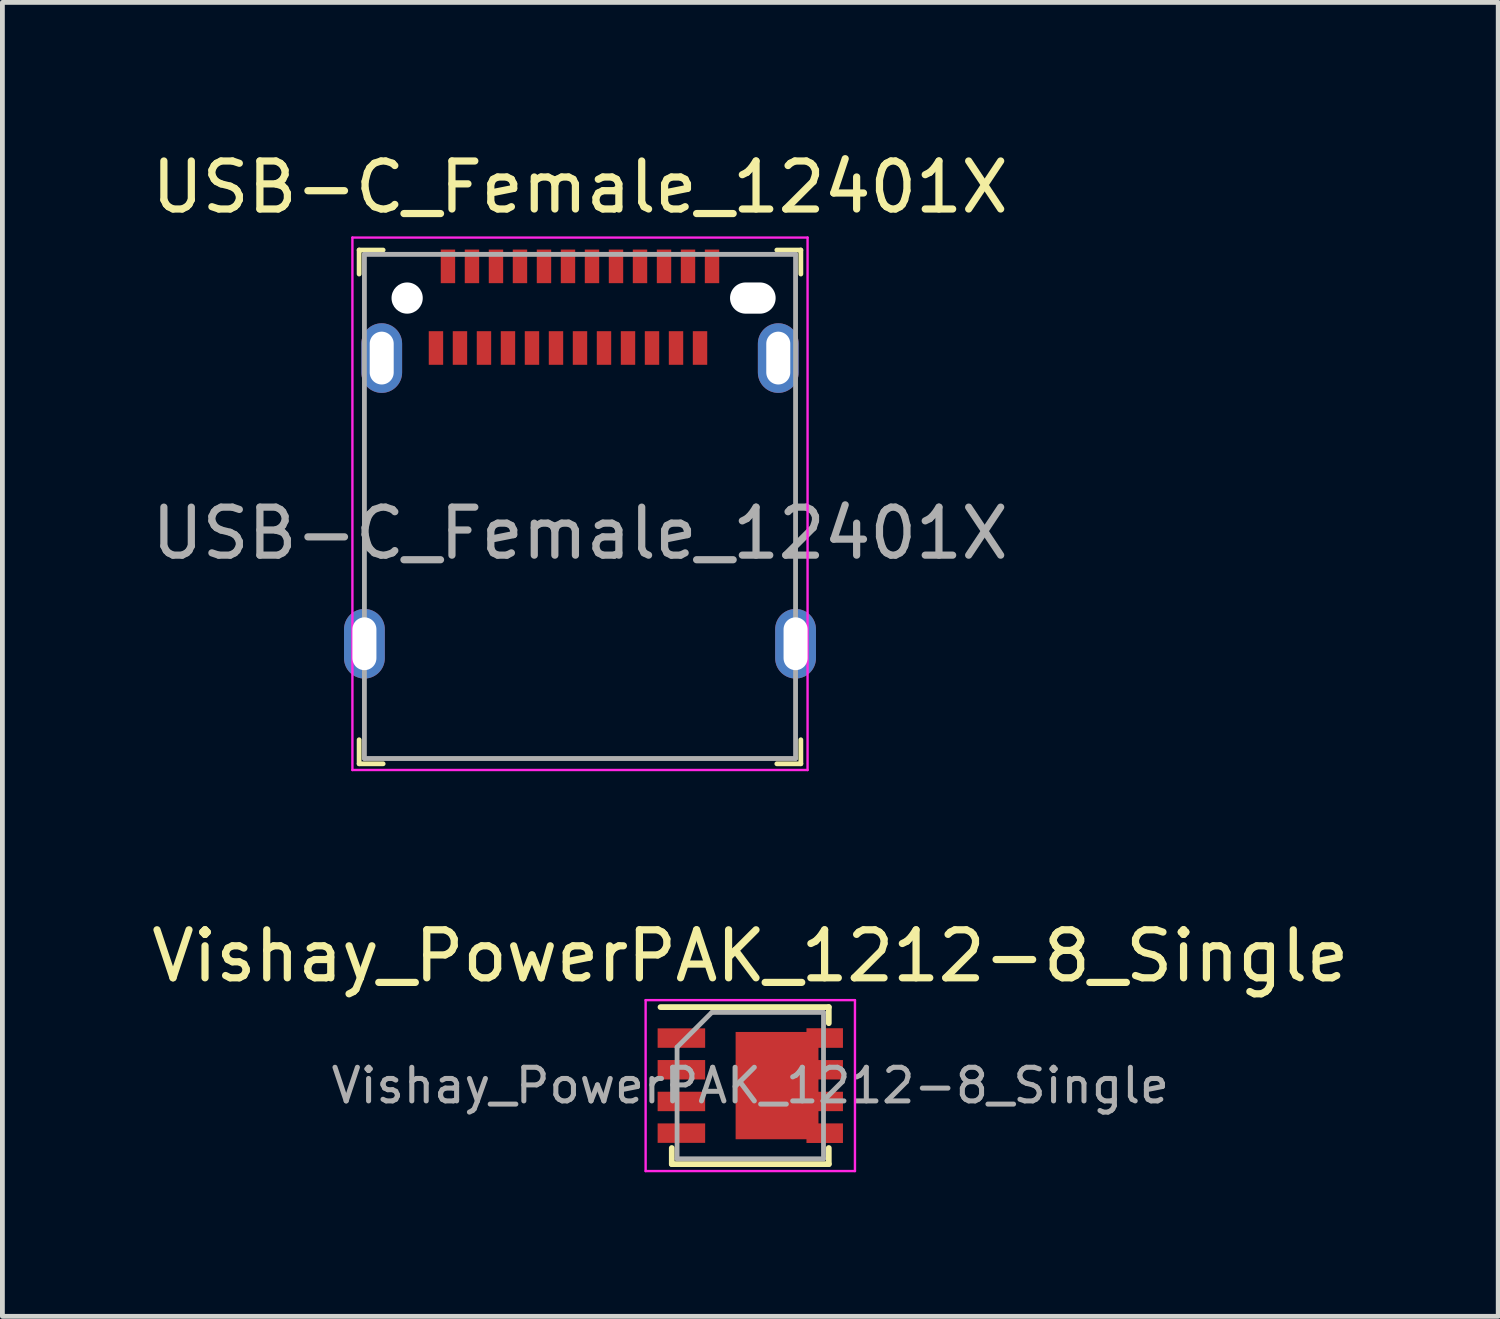
<source format=kicad_pcb>
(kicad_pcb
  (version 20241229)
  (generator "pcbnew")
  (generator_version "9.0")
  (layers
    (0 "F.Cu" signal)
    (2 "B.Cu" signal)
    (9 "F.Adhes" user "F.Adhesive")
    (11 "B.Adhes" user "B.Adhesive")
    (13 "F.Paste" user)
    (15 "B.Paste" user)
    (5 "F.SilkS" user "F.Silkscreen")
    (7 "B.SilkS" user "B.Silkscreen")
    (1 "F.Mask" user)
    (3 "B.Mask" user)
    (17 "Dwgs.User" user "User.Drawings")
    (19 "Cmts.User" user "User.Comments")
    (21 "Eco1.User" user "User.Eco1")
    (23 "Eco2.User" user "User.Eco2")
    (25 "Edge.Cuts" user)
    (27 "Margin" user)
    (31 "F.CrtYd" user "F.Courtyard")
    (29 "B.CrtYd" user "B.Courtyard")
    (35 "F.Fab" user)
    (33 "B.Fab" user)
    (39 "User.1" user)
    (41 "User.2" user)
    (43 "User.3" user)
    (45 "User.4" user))
  (footprint "Vishay_PowerPAK_1212-8_Single"
    (layer "F.Cu")
    (at 12.577 19.561)
    (property "Reference" "Vishay_PowerPAK_1212-8_Single" (at 0 -2.7 0) (layer "F.SilkS") (effects (font (size 1 1) (thickness 0.15))))
    (attr smd)
    (fp_line (start -1.87 -1.635) (end 1.635 -1.635) (stroke (width 0.12) (type solid)) (layer "F.SilkS"))
    (fp_line (start -1.635 1.3) (end -1.635 1.635) (stroke (width 0.12) (type solid)) (layer "F.SilkS"))
    (fp_line (start -1.635 1.635) (end 1.635 1.635) (stroke (width 0.12) (type solid)) (layer "F.SilkS"))
    (fp_line (start 1.635 -1.635) (end 1.635 -1.3) (stroke (width 0.12) (type solid)) (layer "F.SilkS"))
    (fp_line (start 1.635 1.3) (end 1.635 1.635) (stroke (width 0.12) (type solid)) (layer "F.SilkS"))
    (fp_line (start -2.18 -1.78) (end -2.18 1.78) (stroke (width 0.05) (type solid)) (layer "F.CrtYd"))
    (fp_line (start -2.18 -1.78) (end 2.18 -1.78) (stroke (width 0.05) (type solid)) (layer "F.CrtYd"))
    (fp_line (start -2.18 1.78) (end 2.18 1.78) (stroke (width 0.05) (type solid)) (layer "F.CrtYd"))
    (fp_line (start 2.18 -1.78) (end 2.18 1.78) (stroke (width 0.05) (type solid)) (layer "F.CrtYd"))
    (fp_line (start -1.525 -0.8) (end -1.525 1.525) (stroke (width 0.1) (type solid)) (layer "F.Fab"))
    (fp_line (start -1.525 -0.8) (end -0.8 -1.525) (stroke (width 0.1) (type solid)) (layer "F.Fab"))
    (fp_line (start -1.525 1.525) (end 1.525 1.525) (stroke (width 0.1) (type solid)) (layer "F.Fab"))
    (fp_line (start -0.8 -1.525) (end 1.525 -1.525) (stroke (width 0.1) (type solid)) (layer "F.Fab"))
    (fp_line (start 1.525 -1.525) (end 1.525 1.525) (stroke (width 0.1) (type solid)) (layer "F.Fab"))
    (fp_text user "${REFERENCE}" (at 0 0 0) (layer "F.Fab") (effects (font (size 0.7 0.7) (thickness 0.105))))
    (pad "1" smd rect (at -1.435 -0.99) (size 0.99 0.405) (layers "F.Cu" "F.Mask" "F.Paste"))
    (pad "2" smd rect (at -1.435 -0.33) (size 0.99 0.405) (layers "F.Cu" "F.Mask" "F.Paste"))
    (pad "3" smd rect (at -1.435 0.33) (size 0.99 0.405) (layers "F.Cu" "F.Mask" "F.Paste"))
    (pad "4" smd rect (at -1.435 0.99) (size 0.99 0.405) (layers "F.Cu" "F.Mask" "F.Paste"))
    (pad "5" smd custom (at 0.557 0) (size 1.725 2.235) (layers "F.Cu" "F.Mask" "F.Paste") (options (anchor rect)) (primitives (gr_poly (pts (xy 0.863 0.128) (xy 0.863 -0.128) (xy 1.373 -0.128) (xy 1.373 -0.532) (xy 0.863 -0.532) (xy 0.863 -0.787) (xy 1.373 -0.787) (xy 1.373 -1.195) (xy 0.613 -1.195) (xy 0.613 1.195) (xy 1.373 1.195) (xy 1.373 0.787) (xy 0.863 0.787) (xy 0.863 0.532) (xy 1.373 0.532) (xy 1.373 0.128)) (width 0) (fill yes)))))
  (footprint "USB-C_Female_12401X"
    (layer "F.Cu")
    (at 9.03 3.158)
    (property "Reference" "USB-C_Female_12401X" (at 0 -2.31 0) (layer "F.SilkS") (effects (font (size 1 1) (thickness 0.15))))
    (attr smd)
    (fp_line (start -4.6 -1) (end -4.6 -0.5) (stroke (width 0.1) (type solid)) (layer "F.SilkS"))
    (fp_line (start -4.6 -1) (end -4.1 -1) (stroke (width 0.1) (type solid)) (layer "F.SilkS"))
    (fp_line (start -4.6 9.7) (end -4.6 9.2) (stroke (width 0.1) (type solid)) (layer "F.SilkS"))
    (fp_line (start -4.6 9.7) (end -4.1 9.7) (stroke (width 0.1) (type solid)) (layer "F.SilkS"))
    (fp_line (start 4.6 -1) (end 4.1 -1) (stroke (width 0.1) (type solid)) (layer "F.SilkS"))
    (fp_line (start 4.6 -1) (end 4.6 -0.5) (stroke (width 0.1) (type solid)) (layer "F.SilkS"))
    (fp_line (start 4.6 9.7) (end 4.1 9.7) (stroke (width 0.1) (type solid)) (layer "F.SilkS"))
    (fp_line (start 4.6 9.7) (end 4.6 9.2) (stroke (width 0.1) (type solid)) (layer "F.SilkS"))
    (fp_line (start -4.74 -1.26) (end -4.74 9.83) (stroke (width 0.05) (type solid)) (layer "F.CrtYd"))
    (fp_line (start -4.74 -1.26) (end 4.74 -1.26) (stroke (width 0.05) (type solid)) (layer "F.CrtYd"))
    (fp_line (start -4.74 9.83) (end 4.74 9.83) (stroke (width 0.05) (type solid)) (layer "F.CrtYd"))
    (fp_line (start 4.74 -1.26) (end 4.74 9.83) (stroke (width 0.05) (type solid)) (layer "F.CrtYd"))
    (fp_line (start -4.49 -0.91) (end -4.49 9.59) (stroke (width 0.1) (type solid)) (layer "F.Fab"))
    (fp_line (start -4.49 -0.91) (end 4.49 -0.91) (stroke (width 0.1) (type solid)) (layer "F.Fab"))
    (fp_line (start -4.49 9.59) (end 4.49 9.59) (stroke (width 0.1) (type solid)) (layer "F.Fab"))
    (fp_line (start 4.49 -0.91) (end 4.49 9.59) (stroke (width 0.1) (type solid)) (layer "F.Fab"))
    (fp_text user "${REFERENCE}" (at 0 4.9 0) (layer "F.Fab") (effects (font (size 1 1) (thickness 0.15))))
    (pad "" np_thru_hole circle (at -3.6 0) (size 0.65 0.65) (drill 0.65) (layers "*.Cu" "*.Mask"))
    (pad "" np_thru_hole oval (at 3.6 0) (size 0.95 0.65) (drill oval 0.95 0.65) (layers "*.Cu" "*.Mask"))
    (pad "A1" smd rect (at -2.75 -0.66) (size 0.3 0.7) (layers "F.Cu" "F.Mask" "F.Paste"))
    (pad "A2" smd rect (at -2.25 -0.66) (size 0.3 0.7) (layers "F.Cu" "F.Mask" "F.Paste"))
    (pad "A3" smd rect (at -1.75 -0.66) (size 0.3 0.7) (layers "F.Cu" "F.Mask" "F.Paste"))
    (pad "A4" smd rect (at -1.25 -0.66) (size 0.3 0.7) (layers "F.Cu" "F.Mask" "F.Paste"))
    (pad "A5" smd rect (at -0.75 -0.66) (size 0.3 0.7) (layers "F.Cu" "F.Mask" "F.Paste"))
    (pad "A6" smd rect (at -0.25 -0.66) (size 0.3 0.7) (layers "F.Cu" "F.Mask" "F.Paste"))
    (pad "A7" smd rect (at 0.25 -0.66) (size 0.3 0.7) (layers "F.Cu" "F.Mask" "F.Paste"))
    (pad "A8" smd rect (at 0.75 -0.66) (size 0.3 0.7) (layers "F.Cu" "F.Mask" "F.Paste"))
    (pad "A9" smd rect (at 1.25 -0.66) (size 0.3 0.7) (layers "F.Cu" "F.Mask" "F.Paste"))
    (pad "A10" smd rect (at 1.75 -0.66) (size 0.3 0.7) (layers "F.Cu" "F.Mask" "F.Paste"))
    (pad "A11" smd rect (at 2.25 -0.66) (size 0.3 0.7) (layers "F.Cu" "F.Mask" "F.Paste"))
    (pad "A12" smd rect (at 2.75 -0.66) (size 0.3 0.7) (layers "F.Cu" "F.Mask" "F.Paste"))
    (pad "B1" smd rect (at 2.5 1.04) (size 0.3 0.7) (layers "F.Cu" "F.Mask" "F.Paste"))
    (pad "B2" smd rect (at 2 1.04) (size 0.3 0.7) (layers "F.Cu" "F.Mask" "F.Paste"))
    (pad "B3" smd rect (at 1.5 1.04) (size 0.3 0.7) (layers "F.Cu" "F.Mask" "F.Paste"))
    (pad "B4" smd rect (at 1 1.04) (size 0.3 0.7) (layers "F.Cu" "F.Mask" "F.Paste"))
    (pad "B5" smd rect (at 0.5 1.04) (size 0.3 0.7) (layers "F.Cu" "F.Mask" "F.Paste"))
    (pad "B6" smd rect (at 0 1.04) (size 0.3 0.7) (layers "F.Cu" "F.Mask" "F.Paste"))
    (pad "B7" smd rect (at -0.5 1.04) (size 0.3 0.7) (layers "F.Cu" "F.Mask" "F.Paste"))
    (pad "B8" smd rect (at -1 1.04) (size 0.3 0.7) (layers "F.Cu" "F.Mask" "F.Paste"))
    (pad "B9" smd rect (at -1.5 1.04) (size 0.3 0.7) (layers "F.Cu" "F.Mask" "F.Paste"))
    (pad "B10" smd rect (at -2 1.04) (size 0.3 0.7) (layers "F.Cu" "F.Mask" "F.Paste"))
    (pad "B11" smd rect (at -2.5 1.04) (size 0.3 0.7) (layers "F.Cu" "F.Mask" "F.Paste"))
    (pad "B12" smd rect (at -3 1.04) (size 0.3 0.7) (layers "F.Cu" "F.Mask" "F.Paste"))
    (pad "SH" thru_hole oval (at -4.49 7.2) (size 0.85 1.45) (drill oval 0.5 1.1) (layers "*.Cu" "*.Mask"))
    (pad "SH" thru_hole oval (at -4.13 1.25) (size 0.85 1.45) (drill oval 0.5 1.1) (layers "*.Cu" "*.Mask"))
    (pad "SH" thru_hole oval (at 4.13 1.25) (size 0.85 1.45) (drill oval 0.5 1.1) (layers "*.Cu" "*.Mask"))
    (pad "SH" thru_hole oval (at 4.49 7.2) (size 0.85 1.45) (drill oval 0.5 1.1) (layers "*.Cu" "*.Mask")))
  (gr_rect
    (start -3 -3)
    (end 28.155 24.366)
    (stroke (width 0.1) (type default))
    (fill no)
    (layer "Edge.Cuts")))
</source>
